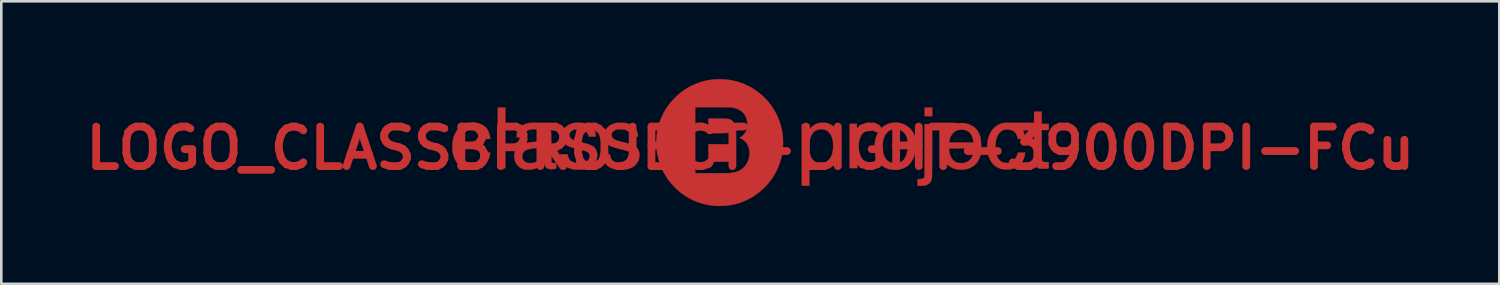
<source format=kicad_pcb>
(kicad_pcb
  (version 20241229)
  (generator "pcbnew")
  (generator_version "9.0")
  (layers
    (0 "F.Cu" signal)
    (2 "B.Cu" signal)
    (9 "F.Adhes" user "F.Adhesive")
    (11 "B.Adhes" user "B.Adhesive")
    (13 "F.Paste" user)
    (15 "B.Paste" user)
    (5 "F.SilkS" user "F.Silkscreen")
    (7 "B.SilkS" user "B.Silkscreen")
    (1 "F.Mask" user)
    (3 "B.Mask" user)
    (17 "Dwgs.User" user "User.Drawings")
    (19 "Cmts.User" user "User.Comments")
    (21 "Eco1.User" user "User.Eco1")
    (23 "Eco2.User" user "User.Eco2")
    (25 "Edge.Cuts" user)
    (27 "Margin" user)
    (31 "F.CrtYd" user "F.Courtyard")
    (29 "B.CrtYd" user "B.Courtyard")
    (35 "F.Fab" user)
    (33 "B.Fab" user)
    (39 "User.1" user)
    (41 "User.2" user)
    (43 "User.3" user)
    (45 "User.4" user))
  (footprint "LOGO_CLASSBPROJECT-LIGHT-3900DPI-FCu"
    (layer "F.Cu")
    (at 25.879 2.665)
    (property "Reference" "LOGO_CLASSBPROJECT-LIGHT-3900DPI-FCu" (at 0 0 0) (layer "F.Cu") (effects (font (size 1.524 1.524) (thickness 0.3))))
    (attr through_hole)
    (fp_poly (pts (xy -9.444 0.769) (xy -9.737 0.769) (xy -9.737 -1.57) (xy -9.444 -1.57) (xy -9.444 0.769)) (stroke (width 0.01) (type solid)) (fill yes) (layer "F.Cu"))
    (fp_poly (pts (xy 7.014 -1.237) (xy 6.721 -1.237) (xy 6.721 -1.57) (xy 7.014 -1.57) (xy 7.014 -1.237)) (stroke (width 0.01) (type solid)) (fill yes) (layer "F.Cu"))
    (fp_poly (pts (xy 4.663 -0.664) (xy 4.576 -0.664) (xy 4.501 -0.661) (xy 4.436 -0.65) (xy 4.378 -0.632) (xy 4.327 -0.605) (xy 4.28 -0.569) (xy 4.255 -0.544) (xy 4.216 -0.5) (xy 4.186 -0.455) (xy 4.161 -0.405) (xy 4.146 -0.366) (xy 4.126 -0.309) (xy 4.122 0.769) (xy 3.83 0.769) (xy 3.83 -0.938) (xy 4.11 -0.938) (xy 4.11 -0.668) (xy 4.129 -0.698) (xy 4.151 -0.729) (xy 4.181 -0.765) (xy 4.215 -0.803) (xy 4.25 -0.838) (xy 4.284 -0.868) (xy 4.288 -0.872) (xy 4.339 -0.909) (xy 4.39 -0.936) (xy 4.442 -0.955) (xy 4.499 -0.966) (xy 4.564 -0.97) (xy 4.581 -0.97) (xy 4.663 -0.97) (xy 4.663 -0.664)) (stroke (width 0.01) (type solid)) (fill yes) (layer "F.Cu"))
    (fp_poly (pts (xy -1.285 -0.156) (xy -1.194 -0.156) (xy -1.116 -0.156) (xy -1.049 -0.155) (xy -0.991 -0.154) (xy -0.941 -0.152) (xy -0.899 -0.149) (xy -0.864 -0.146) (xy -0.833 -0.141) (xy -0.807 -0.136) (xy -0.783 -0.13) (xy -0.761 -0.122) (xy -0.74 -0.113) (xy -0.725 -0.106) (xy -0.674 -0.075) (xy -0.633 -0.035) (xy -0.602 0.014) (xy -0.582 0.068) (xy -0.577 0.096) (xy -0.574 0.132) (xy -0.573 0.172) (xy -0.575 0.213) (xy -0.578 0.25) (xy -0.58 0.264) (xy -0.597 0.322) (xy -0.624 0.375) (xy -0.661 0.422) (xy -0.706 0.46) (xy -0.745 0.482) (xy -0.762 0.491) (xy -0.779 0.498) (xy -0.795 0.503) (xy -0.813 0.508) (xy -0.832 0.512) (xy -0.855 0.516) (xy -0.883 0.518) (xy -0.916 0.52) (xy -0.955 0.522) (xy -1.003 0.523) (xy -1.06 0.524) (xy -1.127 0.525) (xy -1.205 0.525) (xy -1.246 0.526) (xy -1.615 0.528) (xy -1.615 -0.156) (xy -1.285 -0.156)) (stroke (width 0.01) (type solid)) (fill yes) (layer "F.Cu"))
    (fp_poly (pts (xy -1.265 -1.144) (xy -1.184 -1.144) (xy -1.115 -1.143) (xy -1.056 -1.142) (xy -1.006 -1.141) (xy -0.965 -1.139) (xy -0.93 -1.138) (xy -0.9 -1.135) (xy -0.875 -1.132) (xy -0.852 -1.129) (xy -0.831 -1.125) (xy -0.811 -1.12) (xy -0.789 -1.114) (xy -0.779 -1.111) (xy -0.734 -1.091) (xy -0.695 -1.061) (xy -0.666 -1.027) (xy -0.651 -1.002) (xy -0.64 -0.977) (xy -0.634 -0.949) (xy -0.63 -0.916) (xy -0.629 -0.873) (xy -0.629 -0.863) (xy -0.629 -0.826) (xy -0.631 -0.799) (xy -0.634 -0.778) (xy -0.639 -0.76) (xy -0.644 -0.748) (xy -0.668 -0.702) (xy -0.702 -0.665) (xy -0.747 -0.634) (xy -0.759 -0.628) (xy -0.778 -0.619) (xy -0.795 -0.612) (xy -0.812 -0.605) (xy -0.83 -0.6) (xy -0.849 -0.595) (xy -0.872 -0.592) (xy -0.899 -0.589) (xy -0.931 -0.587) (xy -0.971 -0.585) (xy -1.018 -0.584) (xy -1.073 -0.583) (xy -1.139 -0.582) (xy -1.217 -0.582) (xy -1.255 -0.581) (xy -1.615 -0.579) (xy -1.615 -1.147) (xy -1.265 -1.144)) (stroke (width 0.01) (type solid)) (fill yes) (layer "F.Cu"))
    (fp_poly (pts (xy 7.012 0.103) (xy 7.012 0.239) (xy 7.012 0.363) (xy 7.012 0.476) (xy 7.011 0.577) (xy 7.011 0.668) (xy 7.011 0.748) (xy 7.01 0.82) (xy 7.01 0.882) (xy 7.009 0.937) (xy 7.009 0.984) (xy 7.008 1.025) (xy 7.008 1.059) (xy 7.007 1.087) (xy 7.006 1.111) (xy 7.005 1.13) (xy 7.004 1.146) (xy 7.003 1.158) (xy 7.002 1.168) (xy 7 1.176) (xy 6.999 1.182) (xy 6.978 1.248) (xy 6.948 1.304) (xy 6.909 1.35) (xy 6.861 1.388) (xy 6.803 1.418) (xy 6.751 1.436) (xy 6.731 1.441) (xy 6.704 1.444) (xy 6.671 1.447) (xy 6.627 1.449) (xy 6.58 1.451) (xy 6.448 1.454) (xy 6.448 1.192) (xy 6.489 1.192) (xy 6.525 1.191) (xy 6.564 1.187) (xy 6.602 1.182) (xy 6.635 1.176) (xy 6.66 1.169) (xy 6.663 1.168) (xy 6.681 1.157) (xy 6.695 1.141) (xy 6.705 1.116) (xy 6.713 1.081) (xy 6.714 1.071) (xy 6.715 1.058) (xy 6.716 1.032) (xy 6.717 0.994) (xy 6.718 0.944) (xy 6.718 0.882) (xy 6.719 0.809) (xy 6.72 0.725) (xy 6.72 0.631) (xy 6.72 0.526) (xy 6.721 0.412) (xy 6.721 0.288) (xy 6.721 0.155) (xy 6.721 0.047) (xy 6.721 -0.931) (xy 7.015 -0.931) (xy 7.012 0.103)) (stroke (width 0.01) (type solid)) (fill yes) (layer "F.Cu"))
    (fp_poly (pts (xy 11.235 -0.938) (xy 11.508 -0.938) (xy 11.508 -0.703) (xy 11.235 -0.703) (xy 11.235 -0.132) (xy 11.235 -0.032) (xy 11.235 0.055) (xy 11.235 0.131) (xy 11.235 0.197) (xy 11.235 0.253) (xy 11.236 0.3) (xy 11.236 0.339) (xy 11.237 0.371) (xy 11.238 0.396) (xy 11.239 0.416) (xy 11.24 0.432) (xy 11.241 0.444) (xy 11.242 0.452) (xy 11.244 0.459) (xy 11.246 0.464) (xy 11.247 0.466) (xy 11.26 0.489) (xy 11.275 0.507) (xy 11.296 0.519) (xy 11.322 0.528) (xy 11.358 0.532) (xy 11.403 0.534) (xy 11.42 0.534) (xy 11.508 0.534) (xy 11.508 0.773) (xy 11.471 0.782) (xy 11.446 0.785) (xy 11.411 0.789) (xy 11.371 0.791) (xy 11.326 0.792) (xy 11.281 0.792) (xy 11.239 0.792) (xy 11.201 0.79) (xy 11.171 0.788) (xy 11.155 0.785) (xy 11.1 0.766) (xy 11.054 0.737) (xy 11.016 0.7) (xy 10.985 0.652) (xy 10.962 0.594) (xy 10.952 0.556) (xy 10.95 0.546) (xy 10.949 0.535) (xy 10.947 0.522) (xy 10.946 0.505) (xy 10.945 0.483) (xy 10.944 0.457) (xy 10.943 0.424) (xy 10.943 0.385) (xy 10.942 0.338) (xy 10.942 0.283) (xy 10.942 0.218) (xy 10.942 0.143) (xy 10.942 0.058) (xy 10.942 -0.04) (xy 10.942 -0.097) (xy 10.942 -0.703) (xy 10.707 -0.703) (xy 10.707 -0.938) (xy 10.942 -0.938) (xy 10.942 -1.413) (xy 11.235 -1.413) (xy 11.235 -0.938)) (stroke (width 0.01) (type solid)) (fill yes) (layer "F.Cu"))
    (fp_poly (pts (xy -10.633 -0.982) (xy -10.59 -0.98) (xy -10.57 -0.977) (xy -10.477 -0.958) (xy -10.392 -0.931) (xy -10.315 -0.894) (xy -10.248 -0.849) (xy -10.19 -0.796) (xy -10.168 -0.771) (xy -10.128 -0.713) (xy -10.095 -0.647) (xy -10.067 -0.57) (xy -10.044 -0.482) (xy -10.027 -0.386) (xy -10.023 -0.358) (xy -10.308 -0.358) (xy -10.323 -0.415) (xy -10.344 -0.478) (xy -10.372 -0.538) (xy -10.404 -0.591) (xy -10.436 -0.628) (xy -10.476 -0.663) (xy -10.519 -0.689) (xy -10.569 -0.707) (xy -10.626 -0.718) (xy -10.692 -0.723) (xy -10.707 -0.723) (xy -10.751 -0.722) (xy -10.79 -0.718) (xy -10.82 -0.713) (xy -10.821 -0.713) (xy -10.888 -0.69) (xy -10.948 -0.655) (xy -11.002 -0.609) (xy -11.048 -0.553) (xy -11.088 -0.485) (xy -11.121 -0.406) (xy -11.147 -0.316) (xy -11.16 -0.256) (xy -11.166 -0.209) (xy -11.171 -0.154) (xy -11.174 -0.094) (xy -11.175 -0.032) (xy -11.174 0.027) (xy -11.17 0.08) (xy -11.167 0.111) (xy -11.15 0.197) (xy -11.125 0.277) (xy -11.094 0.348) (xy -11.056 0.411) (xy -11.013 0.462) (xy -10.973 0.499) (xy -10.931 0.525) (xy -10.885 0.545) (xy -10.853 0.554) (xy -10.809 0.562) (xy -10.758 0.566) (xy -10.705 0.566) (xy -10.656 0.562) (xy -10.623 0.557) (xy -10.562 0.536) (xy -10.506 0.503) (xy -10.455 0.459) (xy -10.409 0.405) (xy -10.37 0.342) (xy -10.339 0.269) (xy -10.316 0.197) (xy -10.309 0.169) (xy -10.023 0.169) (xy -10.027 0.194) (xy -10.049 0.299) (xy -10.079 0.394) (xy -10.116 0.479) (xy -10.161 0.554) (xy -10.215 0.62) (xy -10.276 0.676) (xy -10.32 0.707) (xy -10.382 0.744) (xy -10.445 0.772) (xy -10.513 0.794) (xy -10.591 0.81) (xy -10.592 0.811) (xy -10.628 0.815) (xy -10.671 0.818) (xy -10.72 0.82) (xy -10.771 0.82) (xy -10.819 0.819) (xy -10.863 0.816) (xy -10.898 0.812) (xy -10.905 0.81) (xy -10.995 0.786) (xy -11.079 0.751) (xy -11.156 0.704) (xy -11.227 0.647) (xy -11.29 0.581) (xy -11.346 0.504) (xy -11.393 0.419) (xy -11.432 0.325) (xy -11.456 0.245) (xy -11.474 0.157) (xy -11.485 0.06) (xy -11.488 -0.041) (xy -11.485 -0.144) (xy -11.475 -0.247) (xy -11.459 -0.345) (xy -11.449 -0.388) (xy -11.417 -0.488) (xy -11.376 -0.581) (xy -11.325 -0.666) (xy -11.266 -0.742) (xy -11.198 -0.81) (xy -11.123 -0.867) (xy -11.04 -0.915) (xy -10.95 -0.951) (xy -10.906 -0.965) (xy -10.874 -0.971) (xy -10.833 -0.976) (xy -10.785 -0.98) (xy -10.733 -0.982) (xy -10.681 -0.983) (xy -10.633 -0.982)) (stroke (width 0.01) (type solid)) (fill yes) (layer "F.Cu"))
    (fp_poly (pts (xy 9.993 -0.982) (xy 10.036 -0.98) (xy 10.056 -0.977) (xy 10.149 -0.958) (xy 10.234 -0.931) (xy 10.311 -0.894) (xy 10.379 -0.849) (xy 10.436 -0.796) (xy 10.458 -0.771) (xy 10.498 -0.713) (xy 10.531 -0.647) (xy 10.559 -0.57) (xy 10.582 -0.482) (xy 10.599 -0.386) (xy 10.603 -0.358) (xy 10.318 -0.358) (xy 10.303 -0.415) (xy 10.282 -0.478) (xy 10.255 -0.538) (xy 10.222 -0.591) (xy 10.19 -0.628) (xy 10.15 -0.663) (xy 10.107 -0.689) (xy 10.057 -0.707) (xy 10.001 -0.718) (xy 9.934 -0.723) (xy 9.919 -0.723) (xy 9.875 -0.722) (xy 9.836 -0.718) (xy 9.807 -0.713) (xy 9.805 -0.713) (xy 9.738 -0.69) (xy 9.678 -0.655) (xy 9.624 -0.609) (xy 9.578 -0.553) (xy 9.538 -0.485) (xy 9.505 -0.406) (xy 9.479 -0.316) (xy 9.466 -0.256) (xy 9.46 -0.209) (xy 9.455 -0.154) (xy 9.452 -0.094) (xy 9.451 -0.032) (xy 9.453 0.027) (xy 9.456 0.08) (xy 9.459 0.111) (xy 9.476 0.197) (xy 9.501 0.277) (xy 9.532 0.348) (xy 9.57 0.411) (xy 9.613 0.462) (xy 9.654 0.499) (xy 9.695 0.525) (xy 9.741 0.545) (xy 9.773 0.554) (xy 9.817 0.562) (xy 9.868 0.566) (xy 9.921 0.566) (xy 9.97 0.562) (xy 10.003 0.557) (xy 10.064 0.536) (xy 10.12 0.503) (xy 10.171 0.459) (xy 10.217 0.405) (xy 10.256 0.342) (xy 10.288 0.269) (xy 10.31 0.197) (xy 10.317 0.169) (xy 10.603 0.169) (xy 10.599 0.194) (xy 10.577 0.299) (xy 10.547 0.394) (xy 10.51 0.479) (xy 10.465 0.554) (xy 10.412 0.62) (xy 10.35 0.676) (xy 10.306 0.707) (xy 10.245 0.744) (xy 10.181 0.772) (xy 10.113 0.794) (xy 10.035 0.81) (xy 10.034 0.811) (xy 9.999 0.815) (xy 9.955 0.818) (xy 9.906 0.82) (xy 9.855 0.82) (xy 9.807 0.819) (xy 9.763 0.816) (xy 9.728 0.812) (xy 9.721 0.81) (xy 9.631 0.786) (xy 9.548 0.751) (xy 9.47 0.704) (xy 9.399 0.647) (xy 9.336 0.581) (xy 9.281 0.504) (xy 9.233 0.419) (xy 9.195 0.325) (xy 9.17 0.245) (xy 9.152 0.157) (xy 9.142 0.06) (xy 9.138 -0.041) (xy 9.141 -0.144) (xy 9.151 -0.247) (xy 9.167 -0.345) (xy 9.177 -0.388) (xy 9.209 -0.488) (xy 9.25 -0.581) (xy 9.301 -0.666) (xy 9.36 -0.742) (xy 9.428 -0.81) (xy 9.504 -0.867) (xy 9.586 -0.915) (xy 9.676 -0.951) (xy 9.72 -0.965) (xy 9.752 -0.971) (xy 9.794 -0.976) (xy 9.842 -0.98) (xy 9.893 -0.982) (xy 9.945 -0.983) (xy 9.993 -0.982)) (stroke (width 0.01) (type solid)) (fill yes) (layer "F.Cu"))
    (fp_poly (pts (xy 2.845 -0.98) (xy 2.879 -0.979) (xy 2.906 -0.978) (xy 2.927 -0.976) (xy 2.945 -0.973) (xy 2.963 -0.968) (xy 2.984 -0.962) (xy 2.986 -0.962) (xy 3.072 -0.929) (xy 3.151 -0.885) (xy 3.224 -0.83) (xy 3.289 -0.766) (xy 3.347 -0.692) (xy 3.395 -0.611) (xy 3.434 -0.521) (xy 3.442 -0.5) (xy 3.463 -0.421) (xy 3.479 -0.334) (xy 3.489 -0.239) (xy 3.494 -0.14) (xy 3.492 -0.039) (xy 3.485 0.061) (xy 3.472 0.159) (xy 3.454 0.251) (xy 3.442 0.296) (xy 3.408 0.394) (xy 3.364 0.483) (xy 3.312 0.563) (xy 3.251 0.634) (xy 3.181 0.694) (xy 3.103 0.745) (xy 3.071 0.762) (xy 3.029 0.782) (xy 2.991 0.797) (xy 2.955 0.808) (xy 2.918 0.816) (xy 2.877 0.821) (xy 2.829 0.823) (xy 2.771 0.824) (xy 2.765 0.824) (xy 2.72 0.823) (xy 2.685 0.823) (xy 2.658 0.822) (xy 2.637 0.82) (xy 2.619 0.817) (xy 2.601 0.813) (xy 2.581 0.807) (xy 2.576 0.805) (xy 2.528 0.789) (xy 2.487 0.771) (xy 2.45 0.75) (xy 2.413 0.722) (xy 2.374 0.688) (xy 2.353 0.668) (xy 2.279 0.596) (xy 2.279 1.021) (xy 2.279 1.446) (xy 1.986 1.446) (xy 1.986 -0.015) (xy 2.271 -0.015) (xy 2.277 0.087) (xy 2.291 0.18) (xy 2.313 0.264) (xy 2.342 0.339) (xy 2.38 0.403) (xy 2.425 0.458) (xy 2.477 0.503) (xy 2.536 0.537) (xy 2.603 0.561) (xy 2.628 0.567) (xy 2.657 0.57) (xy 2.695 0.572) (xy 2.736 0.572) (xy 2.776 0.571) (xy 2.811 0.567) (xy 2.835 0.563) (xy 2.894 0.542) (xy 2.951 0.509) (xy 3.004 0.468) (xy 3.052 0.419) (xy 3.091 0.366) (xy 3.106 0.34) (xy 3.135 0.275) (xy 3.159 0.207) (xy 3.176 0.133) (xy 3.188 0.051) (xy 3.195 -0.036) (xy 3.196 -0.137) (xy 3.189 -0.234) (xy 3.173 -0.325) (xy 3.15 -0.409) (xy 3.12 -0.485) (xy 3.083 -0.552) (xy 3.038 -0.609) (xy 3.028 -0.619) (xy 2.979 -0.661) (xy 2.925 -0.692) (xy 2.865 -0.714) (xy 2.798 -0.726) (xy 2.732 -0.729) (xy 2.692 -0.728) (xy 2.654 -0.725) (xy 2.625 -0.72) (xy 2.621 -0.72) (xy 2.554 -0.696) (xy 2.494 -0.662) (xy 2.44 -0.617) (xy 2.395 -0.561) (xy 2.356 -0.494) (xy 2.324 -0.416) (xy 2.3 -0.328) (xy 2.283 -0.23) (xy 2.274 -0.126) (xy 2.271 -0.015) (xy 1.986 -0.015) (xy 1.986 -0.925) (xy 2.273 -0.925) (xy 2.273 -0.731) (xy 2.343 -0.8) (xy 2.4 -0.852) (xy 2.455 -0.893) (xy 2.513 -0.926) (xy 2.576 -0.952) (xy 2.631 -0.969) (xy 2.65 -0.973) (xy 2.67 -0.976) (xy 2.696 -0.978) (xy 2.728 -0.979) (xy 2.77 -0.98) (xy 2.801 -0.98) (xy 2.845 -0.98)) (stroke (width 0.01) (type solid)) (fill yes) (layer "F.Cu"))
    (fp_poly (pts (xy 5.642 -0.983) (xy 5.694 -0.98) (xy 5.739 -0.976) (xy 5.755 -0.973) (xy 5.852 -0.95) (xy 5.943 -0.915) (xy 6.029 -0.868) (xy 6.109 -0.81) (xy 6.158 -0.766) (xy 6.217 -0.699) (xy 6.266 -0.627) (xy 6.307 -0.547) (xy 6.336 -0.469) (xy 6.351 -0.415) (xy 6.363 -0.362) (xy 6.371 -0.306) (xy 6.377 -0.244) (xy 6.38 -0.172) (xy 6.381 -0.162) (xy 6.38 -0.036) (xy 6.37 0.081) (xy 6.351 0.19) (xy 6.323 0.293) (xy 6.285 0.39) (xy 6.236 0.482) (xy 6.208 0.528) (xy 6.153 0.6) (xy 6.09 0.662) (xy 6.02 0.714) (xy 5.941 0.757) (xy 5.854 0.79) (xy 5.758 0.813) (xy 5.735 0.817) (xy 5.701 0.821) (xy 5.659 0.824) (xy 5.611 0.826) (xy 5.56 0.826) (xy 5.51 0.826) (xy 5.464 0.824) (xy 5.425 0.821) (xy 5.402 0.818) (xy 5.308 0.794) (xy 5.22 0.76) (xy 5.14 0.714) (xy 5.067 0.658) (xy 5.001 0.592) (xy 4.944 0.515) (xy 4.9 0.439) (xy 4.859 0.347) (xy 4.829 0.247) (xy 4.808 0.139) (xy 4.797 0.026) (xy 4.796 -0.054) (xy 5.1 -0.054) (xy 5.104 0.043) (xy 5.116 0.134) (xy 5.136 0.219) (xy 5.163 0.296) (xy 5.197 0.364) (xy 5.237 0.424) (xy 5.284 0.474) (xy 5.336 0.513) (xy 5.362 0.527) (xy 5.401 0.545) (xy 5.439 0.557) (xy 5.478 0.566) (xy 5.522 0.57) (xy 5.574 0.571) (xy 5.601 0.571) (xy 5.642 0.57) (xy 5.673 0.568) (xy 5.698 0.566) (xy 5.719 0.562) (xy 5.74 0.556) (xy 5.755 0.551) (xy 5.811 0.528) (xy 5.861 0.497) (xy 5.905 0.456) (xy 5.944 0.407) (xy 5.978 0.346) (xy 6.009 0.274) (xy 6.021 0.239) (xy 6.048 0.143) (xy 6.066 0.047) (xy 6.074 -0.052) (xy 6.075 -0.159) (xy 6.075 -0.16) (xy 6.069 -0.242) (xy 6.06 -0.315) (xy 6.045 -0.381) (xy 6.024 -0.442) (xy 5.998 -0.501) (xy 5.996 -0.504) (xy 5.957 -0.567) (xy 5.909 -0.62) (xy 5.852 -0.664) (xy 5.787 -0.697) (xy 5.764 -0.706) (xy 5.739 -0.714) (xy 5.718 -0.72) (xy 5.695 -0.723) (xy 5.668 -0.726) (xy 5.633 -0.728) (xy 5.616 -0.728) (xy 5.557 -0.729) (xy 5.508 -0.725) (xy 5.464 -0.718) (xy 5.423 -0.705) (xy 5.382 -0.688) (xy 5.326 -0.654) (xy 5.276 -0.609) (xy 5.231 -0.554) (xy 5.192 -0.489) (xy 5.159 -0.415) (xy 5.133 -0.333) (xy 5.115 -0.244) (xy 5.103 -0.149) (xy 5.1 -0.054) (xy 4.796 -0.054) (xy 4.796 -0.092) (xy 4.799 -0.148) (xy 4.809 -0.248) (xy 4.825 -0.338) (xy 4.846 -0.42) (xy 4.873 -0.497) (xy 4.904 -0.567) (xy 4.956 -0.656) (xy 5.015 -0.735) (xy 5.082 -0.803) (xy 5.156 -0.861) (xy 5.238 -0.908) (xy 5.327 -0.945) (xy 5.422 -0.97) (xy 5.443 -0.974) (xy 5.483 -0.979) (xy 5.533 -0.982) (xy 5.587 -0.983) (xy 5.642 -0.983)) (stroke (width 0.01) (type solid)) (fill yes) (layer "F.Cu"))
    (fp_poly (pts (xy 8.217 -0.969) (xy 8.268 -0.965) (xy 8.292 -0.961) (xy 8.381 -0.939) (xy 8.466 -0.908) (xy 8.546 -0.869) (xy 8.619 -0.822) (xy 8.683 -0.768) (xy 8.738 -0.71) (xy 8.758 -0.682) (xy 8.791 -0.631) (xy 8.819 -0.578) (xy 8.842 -0.522) (xy 8.861 -0.461) (xy 8.877 -0.395) (xy 8.889 -0.321) (xy 8.897 -0.239) (xy 8.904 -0.145) (xy 8.906 -0.093) (xy 8.909 0.007) (xy 7.666 0.007) (xy 7.666 0.034) (xy 7.667 0.062) (xy 7.671 0.098) (xy 7.678 0.139) (xy 7.685 0.18) (xy 7.694 0.217) (xy 7.698 0.233) (xy 7.724 0.308) (xy 7.758 0.375) (xy 7.799 0.433) (xy 7.846 0.482) (xy 7.899 0.519) (xy 7.921 0.531) (xy 7.963 0.549) (xy 8.005 0.561) (xy 8.049 0.569) (xy 8.1 0.572) (xy 8.157 0.571) (xy 8.197 0.57) (xy 8.228 0.568) (xy 8.252 0.564) (xy 8.275 0.559) (xy 8.298 0.552) (xy 8.301 0.551) (xy 8.371 0.52) (xy 8.434 0.479) (xy 8.488 0.429) (xy 8.533 0.369) (xy 8.568 0.301) (xy 8.575 0.283) (xy 8.594 0.235) (xy 8.739 0.235) (xy 8.884 0.234) (xy 8.88 0.259) (xy 8.865 0.316) (xy 8.841 0.378) (xy 8.81 0.441) (xy 8.772 0.504) (xy 8.731 0.562) (xy 8.686 0.615) (xy 8.675 0.626) (xy 8.605 0.686) (xy 8.528 0.735) (xy 8.443 0.775) (xy 8.351 0.804) (xy 8.267 0.82) (xy 8.227 0.824) (xy 8.178 0.827) (xy 8.125 0.827) (xy 8.071 0.826) (xy 8.02 0.823) (xy 7.975 0.818) (xy 7.946 0.813) (xy 7.856 0.788) (xy 7.77 0.75) (xy 7.689 0.7) (xy 7.613 0.639) (xy 7.607 0.633) (xy 7.545 0.569) (xy 7.493 0.501) (xy 7.45 0.428) (xy 7.415 0.348) (xy 7.387 0.26) (xy 7.366 0.163) (xy 7.359 0.117) (xy 7.356 0.082) (xy 7.354 0.036) (xy 7.353 -0.015) (xy 7.353 -0.07) (xy 7.354 -0.124) (xy 7.357 -0.175) (xy 7.36 -0.218) (xy 7.361 -0.221) (xy 7.671 -0.221) (xy 8.137 -0.221) (xy 8.226 -0.221) (xy 8.303 -0.222) (xy 8.369 -0.222) (xy 8.425 -0.222) (xy 8.471 -0.222) (xy 8.508 -0.223) (xy 8.538 -0.223) (xy 8.561 -0.224) (xy 8.578 -0.225) (xy 8.589 -0.226) (xy 8.597 -0.227) (xy 8.601 -0.229) (xy 8.603 -0.231) (xy 8.603 -0.233) (xy 8.602 -0.253) (xy 8.597 -0.281) (xy 8.59 -0.316) (xy 8.582 -0.352) (xy 8.573 -0.388) (xy 8.565 -0.418) (xy 8.564 -0.42) (xy 8.535 -0.492) (xy 8.498 -0.554) (xy 8.452 -0.607) (xy 8.399 -0.649) (xy 8.361 -0.671) (xy 8.312 -0.692) (xy 8.263 -0.706) (xy 8.209 -0.714) (xy 8.148 -0.716) (xy 8.144 -0.716) (xy 8.069 -0.712) (xy 8.002 -0.699) (xy 7.943 -0.676) (xy 7.933 -0.671) (xy 7.87 -0.629) (xy 7.814 -0.578) (xy 7.766 -0.518) (xy 7.728 -0.449) (xy 7.699 -0.373) (xy 7.679 -0.29) (xy 7.675 -0.259) (xy 7.671 -0.221) (xy 7.361 -0.221) (xy 7.363 -0.238) (xy 7.385 -0.351) (xy 7.417 -0.456) (xy 7.46 -0.552) (xy 7.513 -0.641) (xy 7.577 -0.723) (xy 7.619 -0.767) (xy 7.691 -0.829) (xy 7.769 -0.879) (xy 7.854 -0.919) (xy 7.945 -0.949) (xy 7.989 -0.958) (xy 8.043 -0.965) (xy 8.101 -0.969) (xy 8.16 -0.97) (xy 8.217 -0.969)) (stroke (width 0.01) (type solid)) (fill yes) (layer "F.Cu"))
    (fp_poly (pts (xy -6.562 -0.98) (xy -6.511 -0.978) (xy -6.468 -0.975) (xy -6.43 -0.971) (xy -6.395 -0.964) (xy -6.361 -0.955) (xy -6.325 -0.943) (xy -6.303 -0.935) (xy -6.236 -0.905) (xy -6.176 -0.869) (xy -6.138 -0.84) (xy -6.091 -0.794) (xy -6.049 -0.74) (xy -6.014 -0.681) (xy -5.986 -0.618) (xy -5.968 -0.555) (xy -5.96 -0.495) (xy -5.959 -0.484) (xy -5.959 -0.449) (xy -6.232 -0.449) (xy -6.239 -0.485) (xy -6.251 -0.526) (xy -6.27 -0.567) (xy -6.293 -0.605) (xy -6.318 -0.635) (xy -6.321 -0.638) (xy -6.357 -0.665) (xy -6.402 -0.689) (xy -6.453 -0.709) (xy -6.47 -0.714) (xy -6.497 -0.719) (xy -6.533 -0.723) (xy -6.576 -0.726) (xy -6.622 -0.728) (xy -6.667 -0.729) (xy -6.709 -0.728) (xy -6.745 -0.725) (xy -6.759 -0.723) (xy -6.812 -0.709) (xy -6.862 -0.687) (xy -6.905 -0.658) (xy -6.939 -0.624) (xy -6.957 -0.596) (xy -6.966 -0.571) (xy -6.972 -0.54) (xy -6.974 -0.526) (xy -6.972 -0.477) (xy -6.958 -0.433) (xy -6.932 -0.394) (xy -6.894 -0.358) (xy -6.844 -0.327) (xy -6.798 -0.307) (xy -6.78 -0.3) (xy -6.751 -0.292) (xy -6.714 -0.281) (xy -6.67 -0.269) (xy -6.62 -0.256) (xy -6.568 -0.243) (xy -6.539 -0.235) (xy -6.446 -0.212) (xy -6.366 -0.19) (xy -6.296 -0.17) (xy -6.236 -0.151) (xy -6.184 -0.133) (xy -6.14 -0.115) (xy -6.102 -0.097) (xy -6.07 -0.079) (xy -6.041 -0.06) (xy -6.033 -0.053) (xy -6.003 -0.024) (xy -5.974 0.013) (xy -5.949 0.054) (xy -5.93 0.094) (xy -5.928 0.098) (xy -5.91 0.164) (xy -5.902 0.235) (xy -5.903 0.309) (xy -5.913 0.383) (xy -5.933 0.454) (xy -5.955 0.507) (xy -5.999 0.579) (xy -6.051 0.642) (xy -6.112 0.696) (xy -6.182 0.741) (xy -6.262 0.777) (xy -6.351 0.805) (xy -6.356 0.806) (xy -6.379 0.811) (xy -6.4 0.815) (xy -6.422 0.818) (xy -6.446 0.82) (xy -6.475 0.822) (xy -6.512 0.823) (xy -6.558 0.824) (xy -6.584 0.824) (xy -6.632 0.824) (xy -6.677 0.824) (xy -6.719 0.824) (xy -6.754 0.822) (xy -6.78 0.821) (xy -6.79 0.82) (xy -6.862 0.807) (xy -6.933 0.787) (xy -7 0.761) (xy -7.059 0.731) (xy -7.102 0.703) (xy -7.136 0.673) (xy -7.171 0.635) (xy -7.204 0.59) (xy -7.235 0.544) (xy -7.252 0.511) (xy -7.277 0.453) (xy -7.297 0.387) (xy -7.312 0.32) (xy -7.317 0.282) (xy -7.322 0.234) (xy -7.041 0.234) (xy -7.037 0.259) (xy -7.033 0.279) (xy -7.027 0.305) (xy -7.024 0.321) (xy -7.003 0.381) (xy -6.973 0.433) (xy -6.933 0.477) (xy -6.882 0.513) (xy -6.822 0.541) (xy -6.751 0.561) (xy -6.719 0.567) (xy -6.687 0.57) (xy -6.647 0.572) (xy -6.602 0.572) (xy -6.556 0.571) (xy -6.511 0.568) (xy -6.471 0.564) (xy -6.44 0.559) (xy -6.431 0.557) (xy -6.387 0.542) (xy -6.342 0.522) (xy -6.301 0.499) (xy -6.267 0.475) (xy -6.252 0.462) (xy -6.222 0.423) (xy -6.201 0.378) (xy -6.191 0.331) (xy -6.191 0.283) (xy -6.202 0.237) (xy -6.22 0.2) (xy -6.232 0.184) (xy -6.245 0.17) (xy -6.261 0.156) (xy -6.281 0.144) (xy -6.306 0.131) (xy -6.336 0.119) (xy -6.374 0.106) (xy -6.419 0.091) (xy -6.474 0.076) (xy -6.538 0.058) (xy -6.614 0.038) (xy -6.65 0.029) (xy -6.721 0.011) (xy -6.782 -0.005) (xy -6.833 -0.019) (xy -6.875 -0.031) (xy -6.911 -0.042) (xy -6.942 -0.052) (xy -6.968 -0.062) (xy -6.993 -0.072) (xy -7.016 -0.083) (xy -7.04 -0.095) (xy -7.041 -0.095) (xy -7.109 -0.136) (xy -7.165 -0.182) (xy -7.21 -0.234) (xy -7.243 -0.292) (xy -7.264 -0.355) (xy -7.273 -0.424) (xy -7.272 -0.485) (xy -7.259 -0.569) (xy -7.235 -0.646) (xy -7.2 -0.716) (xy -7.155 -0.779) (xy -7.099 -0.835) (xy -7.033 -0.883) (xy -6.957 -0.923) (xy -6.872 -0.955) (xy -6.834 -0.965) (xy -6.814 -0.97) (xy -6.795 -0.974) (xy -6.775 -0.976) (xy -6.752 -0.978) (xy -6.723 -0.979) (xy -6.685 -0.98) (xy -6.638 -0.98) (xy -6.624 -0.98) (xy -6.562 -0.98)) (stroke (width 0.01) (type solid)) (fill yes) (layer "F.Cu"))
    (fp_poly (pts (xy -4.934 -0.98) (xy -4.882 -0.978) (xy -4.839 -0.975) (xy -4.802 -0.971) (xy -4.767 -0.964) (xy -4.733 -0.955) (xy -4.697 -0.943) (xy -4.675 -0.935) (xy -4.608 -0.905) (xy -4.548 -0.869) (xy -4.51 -0.84) (xy -4.463 -0.794) (xy -4.421 -0.74) (xy -4.386 -0.681) (xy -4.358 -0.618) (xy -4.339 -0.555) (xy -4.331 -0.495) (xy -4.331 -0.484) (xy -4.331 -0.449) (xy -4.604 -0.449) (xy -4.611 -0.485) (xy -4.623 -0.526) (xy -4.642 -0.567) (xy -4.665 -0.605) (xy -4.69 -0.635) (xy -4.693 -0.638) (xy -4.729 -0.665) (xy -4.774 -0.689) (xy -4.825 -0.709) (xy -4.842 -0.714) (xy -4.869 -0.719) (xy -4.905 -0.723) (xy -4.948 -0.726) (xy -4.994 -0.728) (xy -5.039 -0.729) (xy -5.081 -0.728) (xy -5.116 -0.725) (xy -5.13 -0.723) (xy -5.184 -0.709) (xy -5.234 -0.687) (xy -5.276 -0.658) (xy -5.311 -0.624) (xy -5.329 -0.596) (xy -5.338 -0.571) (xy -5.344 -0.54) (xy -5.346 -0.526) (xy -5.343 -0.477) (xy -5.33 -0.433) (xy -5.304 -0.394) (xy -5.266 -0.358) (xy -5.216 -0.327) (xy -5.17 -0.307) (xy -5.152 -0.3) (xy -5.123 -0.292) (xy -5.086 -0.281) (xy -5.041 -0.269) (xy -4.992 -0.256) (xy -4.94 -0.243) (xy -4.911 -0.235) (xy -4.818 -0.212) (xy -4.738 -0.19) (xy -4.668 -0.17) (xy -4.607 -0.151) (xy -4.556 -0.133) (xy -4.511 -0.115) (xy -4.474 -0.097) (xy -4.441 -0.079) (xy -4.413 -0.06) (xy -4.405 -0.053) (xy -4.375 -0.024) (xy -4.346 0.013) (xy -4.321 0.054) (xy -4.301 0.094) (xy -4.3 0.098) (xy -4.282 0.164) (xy -4.274 0.235) (xy -4.275 0.309) (xy -4.285 0.383) (xy -4.305 0.454) (xy -4.327 0.507) (xy -4.37 0.579) (xy -4.422 0.642) (xy -4.484 0.696) (xy -4.554 0.741) (xy -4.634 0.777) (xy -4.723 0.805) (xy -4.727 0.806) (xy -4.751 0.811) (xy -4.772 0.815) (xy -4.794 0.818) (xy -4.818 0.82) (xy -4.847 0.822) (xy -4.883 0.823) (xy -4.929 0.824) (xy -4.956 0.824) (xy -5.004 0.824) (xy -5.049 0.824) (xy -5.091 0.824) (xy -5.126 0.822) (xy -5.152 0.821) (xy -5.161 0.82) (xy -5.234 0.807) (xy -5.305 0.787) (xy -5.371 0.761) (xy -5.431 0.731) (xy -5.474 0.703) (xy -5.507 0.673) (xy -5.542 0.635) (xy -5.576 0.59) (xy -5.606 0.544) (xy -5.624 0.511) (xy -5.649 0.453) (xy -5.669 0.387) (xy -5.684 0.32) (xy -5.689 0.282) (xy -5.694 0.234) (xy -5.413 0.234) (xy -5.409 0.259) (xy -5.405 0.279) (xy -5.399 0.305) (xy -5.395 0.321) (xy -5.375 0.381) (xy -5.345 0.433) (xy -5.304 0.477) (xy -5.254 0.513) (xy -5.194 0.541) (xy -5.123 0.561) (xy -5.091 0.567) (xy -5.059 0.57) (xy -5.019 0.572) (xy -4.974 0.572) (xy -4.927 0.571) (xy -4.883 0.568) (xy -4.843 0.564) (xy -4.812 0.559) (xy -4.803 0.557) (xy -4.758 0.542) (xy -4.714 0.522) (xy -4.672 0.499) (xy -4.639 0.475) (xy -4.623 0.462) (xy -4.594 0.423) (xy -4.573 0.378) (xy -4.563 0.331) (xy -4.563 0.283) (xy -4.574 0.237) (xy -4.592 0.2) (xy -4.604 0.184) (xy -4.617 0.17) (xy -4.633 0.156) (xy -4.653 0.144) (xy -4.677 0.131) (xy -4.708 0.119) (xy -4.745 0.106) (xy -4.791 0.091) (xy -4.845 0.076) (xy -4.91 0.058) (xy -4.986 0.038) (xy -5.021 0.029) (xy -5.093 0.011) (xy -5.154 -0.005) (xy -5.204 -0.019) (xy -5.247 -0.031) (xy -5.283 -0.042) (xy -5.313 -0.052) (xy -5.34 -0.062) (xy -5.364 -0.072) (xy -5.388 -0.083) (xy -5.412 -0.095) (xy -5.412 -0.095) (xy -5.481 -0.136) (xy -5.537 -0.182) (xy -5.582 -0.234) (xy -5.614 -0.292) (xy -5.636 -0.355) (xy -5.645 -0.424) (xy -5.644 -0.485) (xy -5.631 -0.569) (xy -5.607 -0.646) (xy -5.572 -0.716) (xy -5.526 -0.779) (xy -5.47 -0.835) (xy -5.405 -0.883) (xy -5.329 -0.923) (xy -5.244 -0.955) (xy -5.206 -0.965) (xy -5.186 -0.97) (xy -5.167 -0.974) (xy -5.147 -0.976) (xy -5.124 -0.978) (xy -5.094 -0.979) (xy -5.057 -0.98) (xy -5.01 -0.98) (xy -4.995 -0.98) (xy -4.934 -0.98)) (stroke (width 0.01) (type solid)) (fill yes) (layer "F.Cu"))
    (fp_poly (pts (xy -1.063 -2.658) (xy -0.956 -2.652) (xy -0.853 -2.641) (xy -0.751 -2.626) (xy -0.646 -2.604) (xy -0.581 -2.589) (xy -0.414 -2.541) (xy -0.252 -2.482) (xy -0.096 -2.411) (xy 0.055 -2.33) (xy 0.199 -2.238) (xy 0.337 -2.137) (xy 0.467 -2.026) (xy 0.589 -1.907) (xy 0.703 -1.779) (xy 0.808 -1.644) (xy 0.903 -1.502) (xy 0.988 -1.353) (xy 1.062 -1.199) (xy 1.126 -1.038) (xy 1.178 -0.873) (xy 1.191 -0.823) (xy 1.215 -0.722) (xy 1.233 -0.626) (xy 1.247 -0.531) (xy 1.256 -0.435) (xy 1.262 -0.334) (xy 1.264 -0.224) (xy 1.264 -0.214) (xy 1.26 -0.059) (xy 1.247 0.089) (xy 1.226 0.233) (xy 1.195 0.374) (xy 1.155 0.516) (xy 1.135 0.576) (xy 1.072 0.741) (xy 0.999 0.898) (xy 0.916 1.048) (xy 0.822 1.191) (xy 0.717 1.328) (xy 0.6 1.46) (xy 0.57 1.491) (xy 0.439 1.616) (xy 0.301 1.73) (xy 0.157 1.832) (xy 0.007 1.923) (xy -0.149 2.003) (xy -0.311 2.071) (xy -0.478 2.127) (xy -0.651 2.171) (xy -0.83 2.204) (xy -0.862 2.208) (xy -0.901 2.213) (xy -0.942 2.217) (xy -0.987 2.22) (xy -1.038 2.222) (xy -1.098 2.223) (xy -1.143 2.224) (xy -1.192 2.224) (xy -1.238 2.225) (xy -1.28 2.225) (xy -1.314 2.224) (xy -1.34 2.224) (xy -1.354 2.223) (xy -1.355 2.223) (xy -1.537 2.202) (xy -1.711 2.169) (xy -1.879 2.126) (xy -2.041 2.073) (xy -2.198 2.008) (xy -2.351 1.931) (xy -2.481 1.854) (xy -2.605 1.771) (xy -2.727 1.676) (xy -2.844 1.572) (xy -2.956 1.462) (xy -3.06 1.346) (xy -3.154 1.227) (xy -3.193 1.172) (xy -3.289 1.02) (xy -3.32 0.964) (xy -2.123 0.964) (xy -1.492 0.964) (xy -1.384 0.964) (xy -1.282 0.964) (xy -1.188 0.963) (xy -1.103 0.963) (xy -1.026 0.962) (xy -0.959 0.961) (xy -0.902 0.961) (xy -0.856 0.96) (xy -0.821 0.959) (xy -0.798 0.958) (xy -0.794 0.957) (xy -0.694 0.945) (xy -0.605 0.928) (xy -0.526 0.906) (xy -0.454 0.878) (xy -0.389 0.845) (xy -0.329 0.804) (xy -0.272 0.757) (xy -0.268 0.752) (xy -0.201 0.681) (xy -0.145 0.601) (xy -0.099 0.515) (xy -0.065 0.423) (xy -0.042 0.326) (xy -0.042 0.325) (xy -0.036 0.276) (xy -0.033 0.22) (xy -0.034 0.162) (xy -0.037 0.104) (xy -0.043 0.052) (xy -0.051 0.01) (xy -0.08 -0.077) (xy -0.118 -0.155) (xy -0.166 -0.225) (xy -0.223 -0.285) (xy -0.289 -0.335) (xy -0.364 -0.377) (xy -0.373 -0.381) (xy -0.394 -0.391) (xy -0.409 -0.399) (xy -0.417 -0.404) (xy -0.417 -0.404) (xy -0.412 -0.409) (xy -0.399 -0.416) (xy -0.356 -0.441) (xy -0.31 -0.474) (xy -0.266 -0.514) (xy -0.226 -0.557) (xy -0.194 -0.601) (xy -0.181 -0.623) (xy -0.152 -0.689) (xy -0.131 -0.764) (xy -0.119 -0.844) (xy -0.115 -0.927) (xy -0.119 -1.011) (xy -0.133 -1.093) (xy -0.137 -1.109) (xy -0.152 -1.158) (xy -0.175 -1.211) (xy -0.201 -1.262) (xy -0.23 -1.309) (xy -0.25 -1.337) (xy -0.307 -1.395) (xy -0.373 -1.446) (xy -0.448 -1.489) (xy -0.534 -1.526) (xy -0.63 -1.555) (xy -0.687 -1.568) (xy -0.697 -1.569) (xy -0.708 -1.571) (xy -0.722 -1.572) (xy -0.74 -1.574) (xy -0.761 -1.575) (xy -0.788 -1.576) (xy -0.82 -1.576) (xy -0.859 -1.577) (xy -0.904 -1.578) (xy -0.958 -1.578) (xy -1.021 -1.579) (xy -1.094 -1.579) (xy -1.176 -1.58) (xy -1.27 -1.58) (xy -1.376 -1.581) (xy -1.431 -1.581) (xy -2.123 -1.583) (xy -2.123 0.964) (xy -3.32 0.964) (xy -3.374 0.864) (xy -3.446 0.702) (xy -3.506 0.536) (xy -3.554 0.365) (xy -3.59 0.19) (xy -3.611 0.034) (xy -3.618 -0.048) (xy -3.621 -0.138) (xy -3.622 -0.234) (xy -3.619 -0.331) (xy -3.614 -0.426) (xy -3.606 -0.515) (xy -3.601 -0.557) (xy -3.572 -0.728) (xy -3.53 -0.895) (xy -3.477 -1.058) (xy -3.412 -1.216) (xy -3.337 -1.368) (xy -3.252 -1.515) (xy -3.157 -1.655) (xy -3.052 -1.789) (xy -2.939 -1.915) (xy -2.817 -2.033) (xy -2.687 -2.142) (xy -2.55 -2.243) (xy -2.407 -2.333) (xy -2.256 -2.414) (xy -2.1 -2.484) (xy -1.938 -2.543) (xy -1.777 -2.589) (xy -1.668 -2.614) (xy -1.564 -2.633) (xy -1.463 -2.646) (xy -1.359 -2.655) (xy -1.249 -2.659) (xy -1.179 -2.66) (xy -1.063 -2.658)) (stroke (width 0.01) (type solid)) (fill yes) (layer "F.Cu"))
    (fp_poly (pts (xy -8.203 -0.978) (xy -8.13 -0.968) (xy -8.062 -0.954) (xy -7.998 -0.934) (xy -7.934 -0.908) (xy -7.916 -0.899) (xy -7.851 -0.862) (xy -7.798 -0.821) (xy -7.754 -0.773) (xy -7.72 -0.718) (xy -7.694 -0.655) (xy -7.687 -0.635) (xy -7.685 -0.627) (xy -7.683 -0.618) (xy -7.682 -0.607) (xy -7.681 -0.592) (xy -7.679 -0.573) (xy -7.678 -0.55) (xy -7.677 -0.521) (xy -7.676 -0.485) (xy -7.676 -0.442) (xy -7.675 -0.39) (xy -7.674 -0.33) (xy -7.674 -0.259) (xy -7.673 -0.178) (xy -7.673 -0.084) (xy -7.672 -0.036) (xy -7.672 0.067) (xy -7.671 0.158) (xy -7.67 0.237) (xy -7.67 0.305) (xy -7.669 0.363) (xy -7.668 0.411) (xy -7.667 0.45) (xy -7.666 0.482) (xy -7.665 0.505) (xy -7.663 0.522) (xy -7.662 0.533) (xy -7.661 0.539) (xy -7.66 0.539) (xy -7.65 0.554) (xy -7.636 0.564) (xy -7.618 0.57) (xy -7.592 0.573) (xy -7.556 0.572) (xy -7.551 0.572) (xy -7.483 0.569) (xy -7.483 0.781) (xy -7.517 0.792) (xy -7.544 0.798) (xy -7.579 0.802) (xy -7.62 0.805) (xy -7.663 0.807) (xy -7.704 0.806) (xy -7.741 0.804) (xy -7.77 0.801) (xy -7.777 0.799) (xy -7.825 0.779) (xy -7.865 0.749) (xy -7.898 0.71) (xy -7.924 0.659) (xy -7.944 0.598) (xy -7.949 0.578) (xy -7.952 0.561) (xy -7.983 0.594) (xy -8.027 0.635) (xy -8.081 0.677) (xy -8.141 0.716) (xy -8.204 0.75) (xy -8.266 0.778) (xy -8.277 0.782) (xy -8.342 0.802) (xy -8.407 0.816) (xy -8.475 0.824) (xy -8.552 0.827) (xy -8.559 0.827) (xy -8.6 0.826) (xy -8.639 0.824) (xy -8.671 0.821) (xy -8.695 0.818) (xy -8.698 0.817) (xy -8.752 0.802) (xy -8.807 0.782) (xy -8.855 0.759) (xy -8.862 0.755) (xy -8.891 0.735) (xy -8.924 0.707) (xy -8.958 0.674) (xy -8.99 0.64) (xy -9.017 0.607) (xy -9.035 0.58) (xy -9.065 0.516) (xy -9.086 0.446) (xy -9.097 0.372) (xy -9.099 0.33) (xy -8.795 0.33) (xy -8.786 0.385) (xy -8.765 0.435) (xy -8.733 0.478) (xy -8.69 0.515) (xy -8.637 0.546) (xy -8.597 0.561) (xy -8.568 0.567) (xy -8.53 0.571) (xy -8.486 0.572) (xy -8.439 0.57) (xy -8.393 0.566) (xy -8.351 0.56) (xy -8.327 0.554) (xy -8.299 0.545) (xy -8.265 0.532) (xy -8.229 0.517) (xy -8.2 0.504) (xy -8.165 0.486) (xy -8.139 0.471) (xy -8.116 0.455) (xy -8.095 0.436) (xy -8.08 0.421) (xy -8.045 0.382) (xy -8.019 0.344) (xy -8.012 0.332) (xy -8 0.306) (xy -7.99 0.281) (xy -7.982 0.256) (xy -7.977 0.229) (xy -7.973 0.198) (xy -7.97 0.16) (xy -7.968 0.113) (xy -7.967 0.06) (xy -7.966 0.017) (xy -7.966 -0.021) (xy -7.966 -0.052) (xy -7.966 -0.076) (xy -7.966 -0.089) (xy -7.967 -0.091) (xy -7.974 -0.089) (xy -7.989 -0.082) (xy -8.01 -0.073) (xy -8.012 -0.072) (xy -8.046 -0.058) (xy -8.085 -0.046) (xy -8.132 -0.034) (xy -8.188 -0.022) (xy -8.254 -0.01) (xy -8.331 0.002) (xy -8.341 0.003) (xy -8.416 0.015) (xy -8.479 0.026) (xy -8.533 0.037) (xy -8.578 0.048) (xy -8.615 0.061) (xy -8.647 0.074) (xy -8.674 0.09) (xy -8.699 0.108) (xy -8.717 0.124) (xy -8.753 0.166) (xy -8.778 0.213) (xy -8.791 0.268) (xy -8.792 0.27) (xy -8.795 0.33) (xy -9.099 0.33) (xy -9.1 0.296) (xy -9.094 0.22) (xy -9.078 0.148) (xy -9.053 0.081) (xy -9.035 0.046) (xy -8.994 -0.011) (xy -8.942 -0.062) (xy -8.881 -0.108) (xy -8.81 -0.147) (xy -8.732 -0.178) (xy -8.659 -0.199) (xy -8.644 -0.202) (xy -8.618 -0.206) (xy -8.581 -0.211) (xy -8.537 -0.218) (xy -8.486 -0.225) (xy -8.43 -0.232) (xy -8.371 -0.24) (xy -8.344 -0.244) (xy -8.277 -0.252) (xy -8.221 -0.26) (xy -8.176 -0.266) (xy -8.139 -0.271) (xy -8.111 -0.276) (xy -8.089 -0.28) (xy -8.072 -0.283) (xy -8.059 -0.287) (xy -8.049 -0.291) (xy -8.04 -0.295) (xy -8.035 -0.298) (xy -8.01 -0.316) (xy -7.99 -0.339) (xy -7.982 -0.352) (xy -7.973 -0.369) (xy -7.967 -0.383) (xy -7.964 -0.399) (xy -7.962 -0.42) (xy -7.962 -0.449) (xy -7.962 -0.456) (xy -7.964 -0.504) (xy -7.969 -0.542) (xy -7.98 -0.574) (xy -7.998 -0.603) (xy -8.018 -0.628) (xy -8.058 -0.663) (xy -8.11 -0.691) (xy -8.172 -0.713) (xy -8.174 -0.713) (xy -8.206 -0.72) (xy -8.248 -0.724) (xy -8.296 -0.727) (xy -8.346 -0.729) (xy -8.395 -0.728) (xy -8.44 -0.726) (xy -8.476 -0.721) (xy -8.484 -0.72) (xy -8.549 -0.701) (xy -8.603 -0.674) (xy -8.649 -0.638) (xy -8.684 -0.594) (xy -8.712 -0.541) (xy -8.731 -0.477) (xy -8.737 -0.448) (xy -8.741 -0.423) (xy -9.016 -0.423) (xy -9.011 -0.476) (xy -9 -0.562) (xy -8.98 -0.638) (xy -8.951 -0.706) (xy -8.914 -0.766) (xy -8.866 -0.819) (xy -8.809 -0.864) (xy -8.741 -0.903) (xy -8.662 -0.935) (xy -8.574 -0.962) (xy -8.55 -0.968) (xy -8.527 -0.972) (xy -8.503 -0.976) (xy -8.475 -0.978) (xy -8.441 -0.98) (xy -8.398 -0.981) (xy -8.375 -0.982) (xy -8.284 -0.982) (xy -8.203 -0.978)) (stroke (width 0.01) (type solid)) (fill yes) (layer "F.Cu")))
  (gr_rect
    (start -3 -3)
    (end 54.758 7.895)
    (stroke (width 0.1) (type default))
    (fill no)
    (layer "Edge.Cuts")))
</source>
